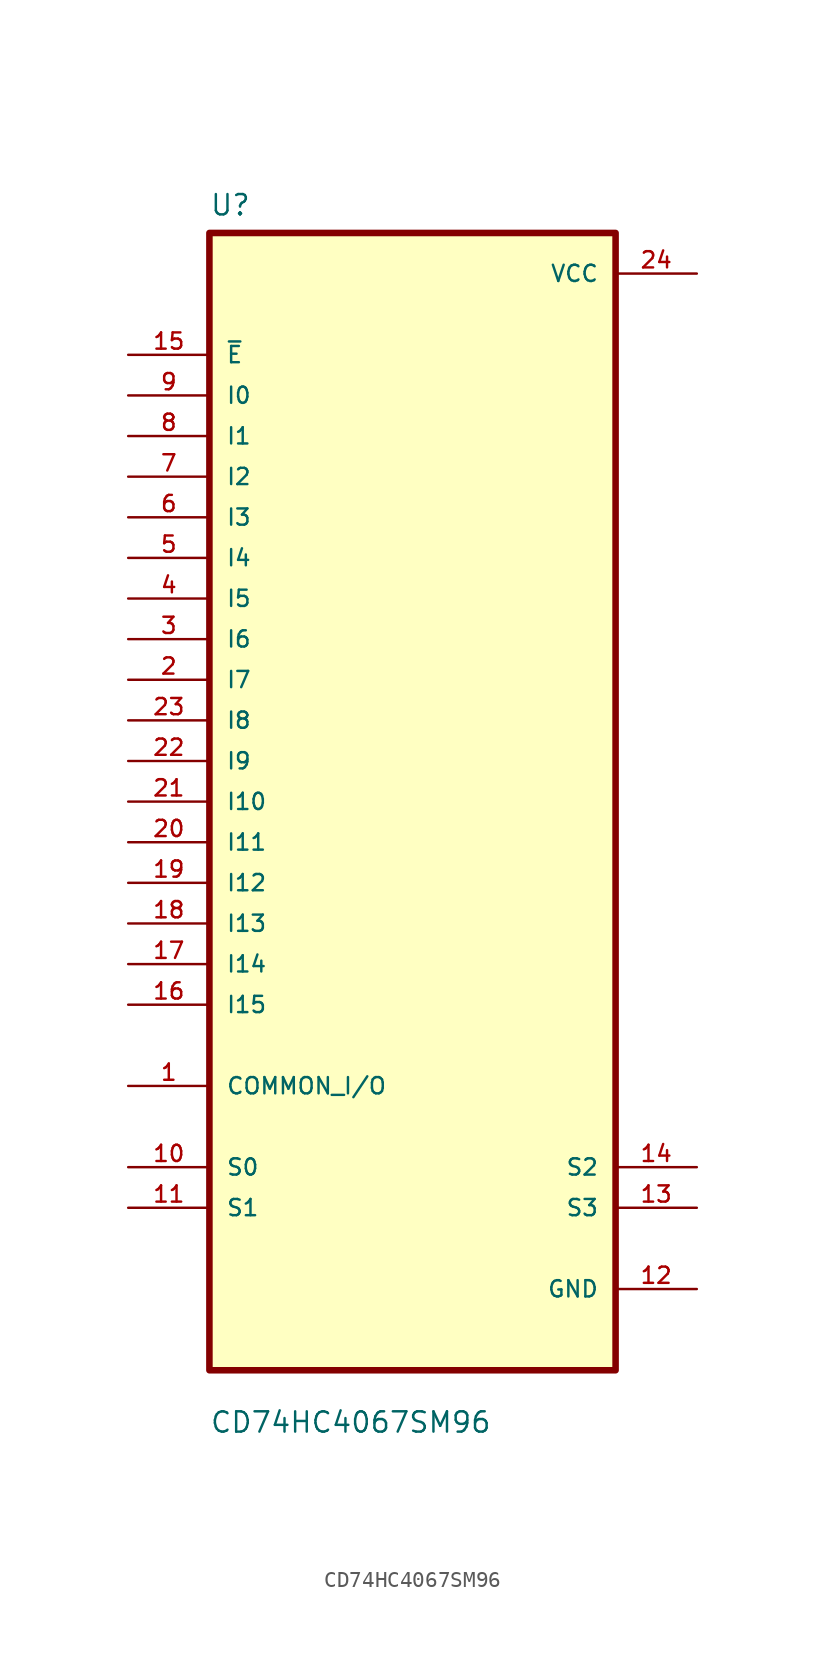
<source format=kicad_sym>
(kicad_symbol_lib
  (version 20211014)
  (generator kicad_symbol_editor)
  (symbol "CD74HC4067SM96"
    (pin_names
      (offset 1.016))
    (property "Reference" "U"
      (at -12.7 36.56 0.0)
      (effects (font (size 1.27 1.27)) (justify bottom left)))
    (property "Value" "CD74HC4067SM96"
      (at -12.7 -39.56 0.0)
      (effects (font (size 1.27 1.27)) (justify bottom left)))
    (symbol "CD74HC4067SM96_0_0"
      (rectangle (start -12.7 -35.56) (end 12.7 35.56) (stroke (width 0.41)) (fill (type background)))
      (pin input line (at -17.78 27.94 0) (length 5.08) (name "~{E}" (effects (font (size 1.016 1.016)))) (number "15" (effects (font (size 1.016 1.016)))))
      (pin input line (at -17.78 25.4 0) (length 5.08) (name "I0" (effects (font (size 1.016 1.016)))) (number "9" (effects (font (size 1.016 1.016)))))
      (pin input line (at -17.78 22.86 0) (length 5.08) (name "I1" (effects (font (size 1.016 1.016)))) (number "8" (effects (font (size 1.016 1.016)))))
      (pin input line (at -17.78 20.32 0) (length 5.08) (name "I2" (effects (font (size 1.016 1.016)))) (number "7" (effects (font (size 1.016 1.016)))))
      (pin input line (at -17.78 17.78 0) (length 5.08) (name "I3" (effects (font (size 1.016 1.016)))) (number "6" (effects (font (size 1.016 1.016)))))
      (pin input line (at -17.78 15.24 0) (length 5.08) (name "I4" (effects (font (size 1.016 1.016)))) (number "5" (effects (font (size 1.016 1.016)))))
      (pin input line (at -17.78 12.7 0) (length 5.08) (name "I5" (effects (font (size 1.016 1.016)))) (number "4" (effects (font (size 1.016 1.016)))))
      (pin input line (at -17.78 10.16 0) (length 5.08) (name "I6" (effects (font (size 1.016 1.016)))) (number "3" (effects (font (size 1.016 1.016)))))
      (pin input line (at -17.78 7.62 0) (length 5.08) (name "I7" (effects (font (size 1.016 1.016)))) (number "2" (effects (font (size 1.016 1.016)))))
      (pin input line (at -17.78 5.08 0) (length 5.08) (name "I8" (effects (font (size 1.016 1.016)))) (number "23" (effects (font (size 1.016 1.016)))))
      (pin input line (at -17.78 2.54 0) (length 5.08) (name "I9" (effects (font (size 1.016 1.016)))) (number "22" (effects (font (size 1.016 1.016)))))
      (pin input line (at -17.78 1.06581e-14 0) (length 5.08) (name "I10" (effects (font (size 1.016 1.016)))) (number "21" (effects (font (size 1.016 1.016)))))
      (pin input line (at -17.78 -2.54 0) (length 5.08) (name "I11" (effects (font (size 1.016 1.016)))) (number "20" (effects (font (size 1.016 1.016)))))
      (pin input line (at -17.78 -5.08 0) (length 5.08) (name "I12" (effects (font (size 1.016 1.016)))) (number "19" (effects (font (size 1.016 1.016)))))
      (pin input line (at -17.78 -7.62 0) (length 5.08) (name "I13" (effects (font (size 1.016 1.016)))) (number "18" (effects (font (size 1.016 1.016)))))
      (pin input line (at -17.78 -10.16 0) (length 5.08) (name "I14" (effects (font (size 1.016 1.016)))) (number "17" (effects (font (size 1.016 1.016)))))
      (pin input line (at -17.78 -12.7 0) (length 5.08) (name "I15" (effects (font (size 1.016 1.016)))) (number "16" (effects (font (size 1.016 1.016)))))
      (pin bidirectional line (at -17.78 -17.78 0) (length 5.08) (name "COMMON_I/O" (effects (font (size 1.016 1.016)))) (number "1" (effects (font (size 1.016 1.016)))))
      (pin bidirectional line (at -17.78 -22.86 0) (length 5.08) (name "S0" (effects (font (size 1.016 1.016)))) (number "10" (effects (font (size 1.016 1.016)))))
      (pin bidirectional line (at -17.78 -25.4 0) (length 5.08) (name "S1" (effects (font (size 1.016 1.016)))) (number "11" (effects (font (size 1.016 1.016)))))
      (pin power_in line (at 17.78 33.02 180.0) (length 5.08) (name "VCC" (effects (font (size 1.016 1.016)))) (number "24" (effects (font (size 1.016 1.016)))))
      (pin bidirectional line (at 17.78 -22.86 180.0) (length 5.08) (name "S2" (effects (font (size 1.016 1.016)))) (number "14" (effects (font (size 1.016 1.016)))))
      (pin bidirectional line (at 17.78 -25.4 180.0) (length 5.08) (name "S3" (effects (font (size 1.016 1.016)))) (number "13" (effects (font (size 1.016 1.016)))))
      (pin power_in line (at 17.78 -30.48 180.0) (length 5.08) (name "GND" (effects (font (size 1.016 1.016)))) (number "12" (effects (font (size 1.016 1.016))))))))
</source>
